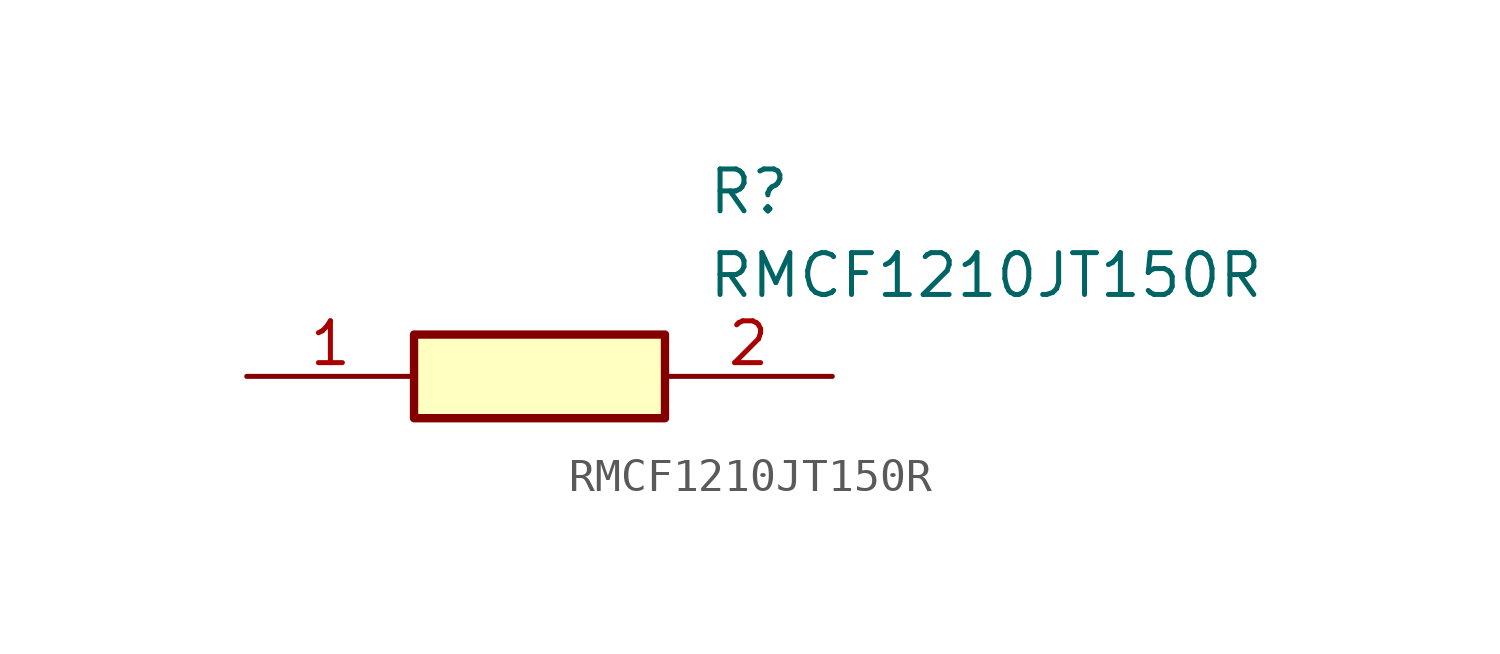
<source format=kicad_sym>
(kicad_symbol_lib
  (version 20211014)
  (generator SamacSys_ECAD_Model)
  (symbol "RMCF1210JT150R"
    (pin_names hide)
    (property "Reference" "R"
      (at 13.97 6.35 0)
      (effects (font (size 1.27 1.27)) (justify left top)))
    (property "Value" "RMCF1210JT150R"
      (at 13.97 3.81 0)
      (effects (font (size 1.27 1.27)) (justify left top)))
    (rectangle
      (start 5.08 1.27)
      (end 12.7 -1.27)
      (stroke (width 0.254) (type default))
      (fill (type background)))
    (pin passive line
      (at 0 0 0)
      (length 5.08)
      (name "1" (effects (font (size 1.27 1.27))))
      (number "1" (effects (font (size 1.27 1.27)))))
    (pin passive line
      (at 17.78 0 180)
      (length 5.08)
      (name "2" (effects (font (size 1.27 1.27))))
      (number "2" (effects (font (size 1.27 1.27)))))))
</source>
